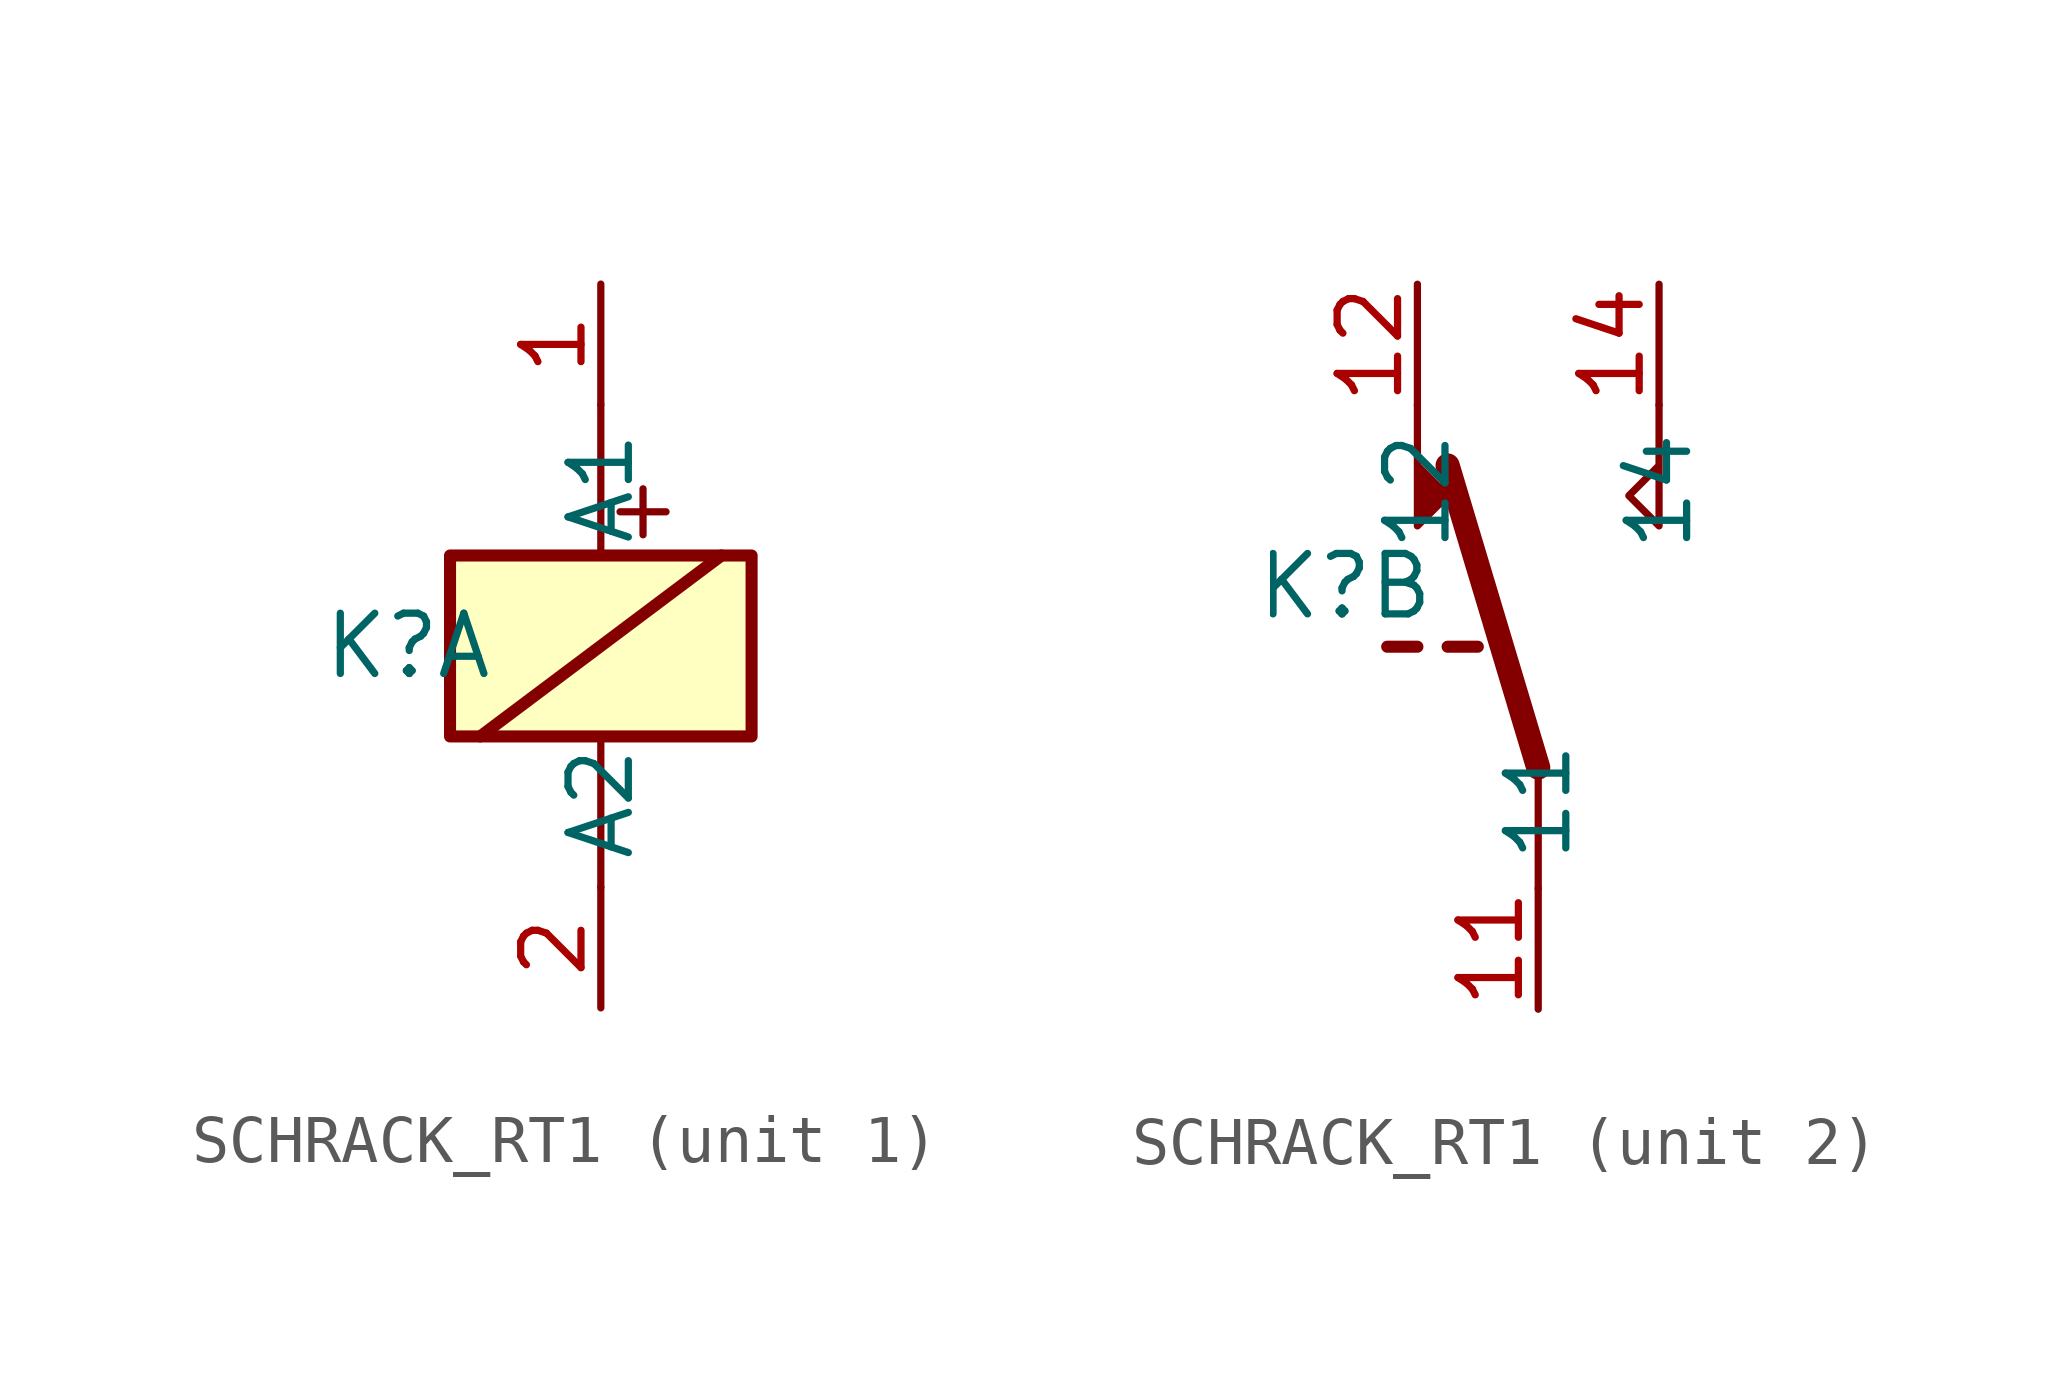
<source format=kicad_sym>
(kicad_symbol_lib
  (version 20231120)
  (generator "kicad_symbol_editor")
  (generator_version "8.0")
  (symbol "SCHRACK_RT1"
    (property "Reference" "K"
      (at -4.064 0 0)
      (effects (font (size 1.27 1.27))))
    (property "Value" ""
      (at 0 0 0)
      (effects (font (size 1.27 1.27))))
    (property "ki_locked" ""
      (at 0 0 0)
      (effects (font (size 1.27 1.27))))
    (symbol "SCHRACK_RT1_1_0"
      (text "+" (at 0.889 2.921 0) (effects (font (size 1.27 1.27)))))
    (symbol "SCHRACK_RT1_1_1"
      (rectangle (start -3.175 1.905) (end 3.175 -1.905) (stroke (width 0.254) (type default)) (fill (type background)))
      (polyline (pts (xy -2.54 -1.905) (xy 2.54 1.905)) (stroke (width 0.254) (type default)) (fill (type none)))
      (polyline (pts (xy 0 -5.08) (xy 0 -1.905)) (stroke (width 0) (type default)) (fill (type none)))
      (polyline (pts (xy 0 5.08) (xy 0 1.905)) (stroke (width 0) (type default)) (fill (type none)))
      (pin passive line (at 0 7.62 270) (length 2.54) (name "A1" (effects (font (size 1.27 1.27)))) (number "1" (effects (font (size 1.27 1.27)))))
      (pin passive line (at 0 -7.62 90) (length 2.54) (name "A2" (effects (font (size 1.27 1.27)))) (number "2" (effects (font (size 1.27 1.27))))))
    (symbol "SCHRACK_RT1_2_1"
      (polyline (pts (xy -3.175 -1.27) (xy -2.54 -1.27)) (stroke (width 0.254) (type default)) (fill (type none)))
      (polyline (pts (xy -1.905 -1.27) (xy -1.27 -1.27)) (stroke (width 0.254) (type default)) (fill (type none)))
      (polyline (pts (xy 0 -3.81) (xy -1.905 2.54)) (stroke (width 0.508) (type default)) (fill (type none)))
      (polyline (pts (xy 0 -3.81) (xy 0 -6.35)) (stroke (width 0) (type default)) (fill (type none)))
      (polyline (pts (xy -2.54 3.81) (xy -2.54 1.27) (xy -1.905 1.905) (xy -2.54 2.54)) (stroke (width 0) (type default)) (fill (type outline)))
      (polyline (pts (xy 2.54 3.81) (xy 2.54 1.27) (xy 1.905 1.905) (xy 2.54 2.54)) (stroke (width 0) (type default)) (fill (type none)))
      (pin passive line (at 0 -8.89 90) (length 2.54) (name "11" (effects (font (size 1.27 1.27)))) (number "11" (effects (font (size 1.27 1.27)))))
      (pin passive line (at -2.54 6.35 270) (length 2.54) (name "12" (effects (font (size 1.27 1.27)))) (number "12" (effects (font (size 1.27 1.27)))))
      (pin passive line (at 2.54 6.35 270) (length 2.54) (name "14" (effects (font (size 1.27 1.27)))) (number "14" (effects (font (size 1.27 1.27))))))))
</source>
